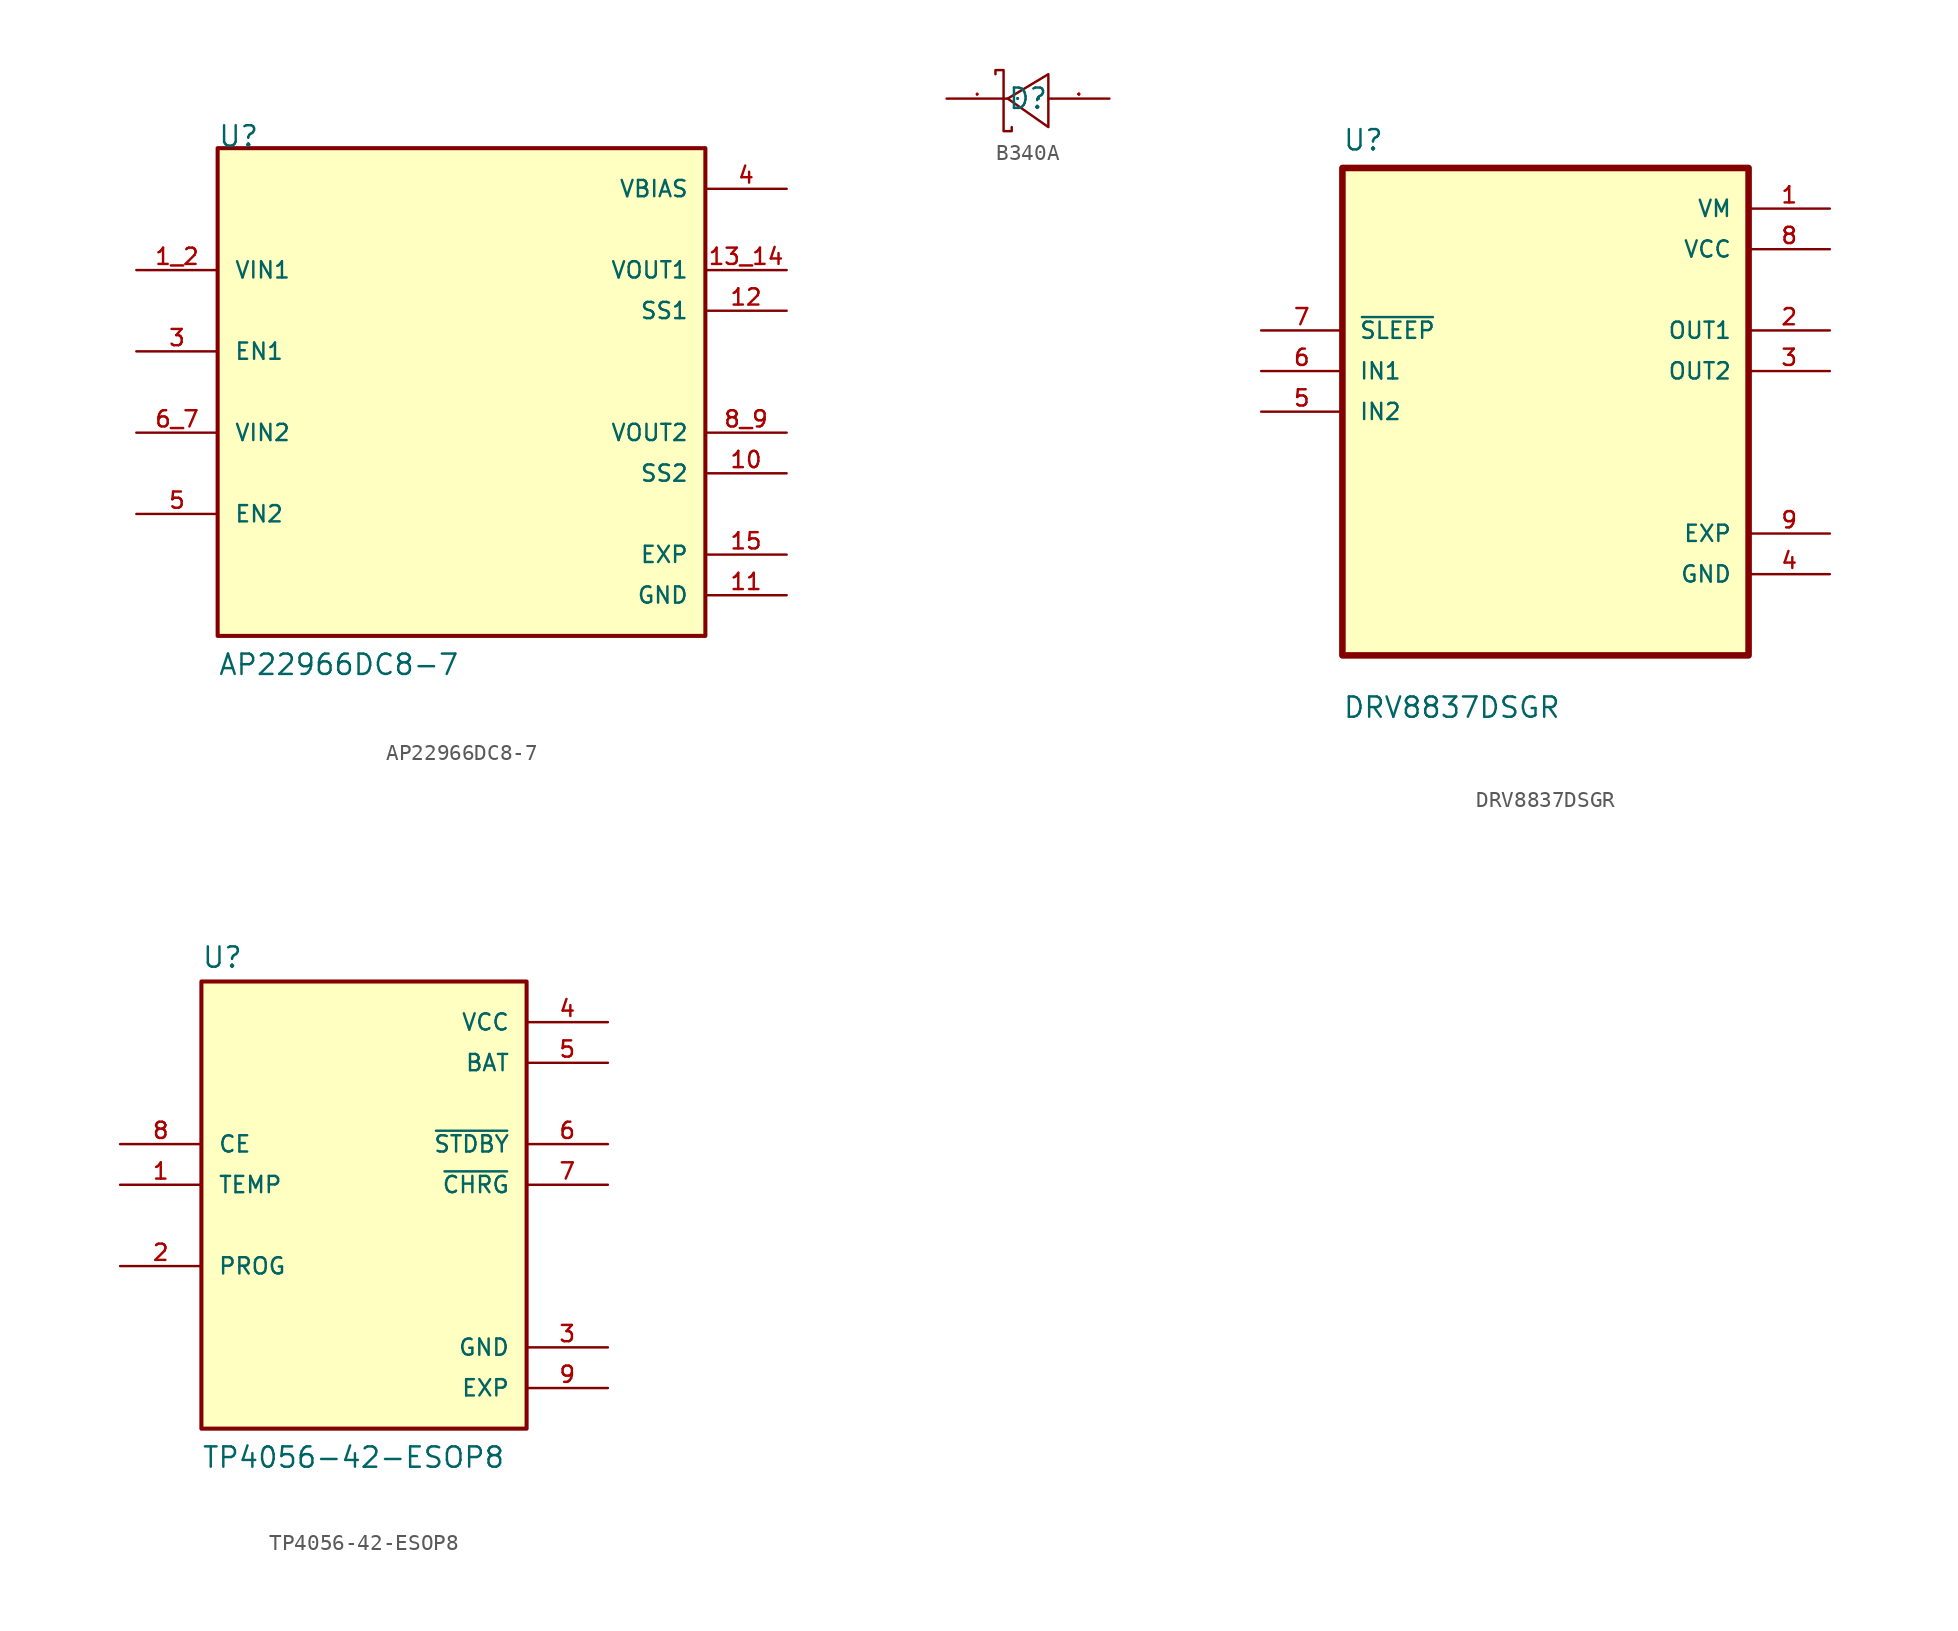
<source format=kicad_sym>
(kicad_symbol_lib
  (version 20241209)
  (generator "kicad_symbol_editor")
  (generator_version "9.0")
  (symbol "AP22966DC8-7"
    (pin_names
      (offset 1.016))
    (property "Reference" "U"
      (at -15.24 15.24 0)
      (effects (font (size 1.27 1.27)) (justify left bottom)))
    (property "Value" "AP22966DC8-7"
      (at -15.24 -17.78 0)
      (effects (font (size 1.27 1.27)) (justify left bottom)))
    (symbol "AP22966DC8-7_0_0"
      (rectangle (start -15.24 -15.24) (end 15.24 15.24) (stroke (width 0.254) (type default)) (fill (type background)))
      (pin input line (at -20.32 7.62 0) (length 5.08) (name "VIN1" (effects (font (size 1.016 1.016)))) (number "1_2" (effects (font (size 1.016 1.016)))))
      (pin input line (at -20.32 2.54 0) (length 5.08) (name "EN1" (effects (font (size 1.016 1.016)))) (number "3" (effects (font (size 1.016 1.016)))))
      (pin input line (at -20.32 -2.54 0) (length 5.08) (name "VIN2" (effects (font (size 1.016 1.016)))) (number "6_7" (effects (font (size 1.016 1.016)))))
      (pin input line (at -20.32 -7.62 0) (length 5.08) (name "EN2" (effects (font (size 1.016 1.016)))) (number "5" (effects (font (size 1.016 1.016)))))
      (pin power_in line (at 20.32 12.7 180) (length 5.08) (name "VBIAS" (effects (font (size 1.016 1.016)))) (number "4" (effects (font (size 1.016 1.016)))))
      (pin output line (at 20.32 7.62 180) (length 5.08) (name "VOUT1" (effects (font (size 1.016 1.016)))) (number "13_14" (effects (font (size 1.016 1.016)))))
      (pin passive line (at 20.32 5.08 180) (length 5.08) (name "SS1" (effects (font (size 1.016 1.016)))) (number "12" (effects (font (size 1.016 1.016)))))
      (pin output line (at 20.32 -2.54 180) (length 5.08) (name "VOUT2" (effects (font (size 1.016 1.016)))) (number "8_9" (effects (font (size 1.016 1.016)))))
      (pin passive line (at 20.32 -5.08 180) (length 5.08) (name "SS2" (effects (font (size 1.016 1.016)))) (number "10" (effects (font (size 1.016 1.016)))))
      (pin passive line (at 20.32 -10.16 180) (length 5.08) (name "EXP" (effects (font (size 1.016 1.016)))) (number "15" (effects (font (size 1.016 1.016)))))
      (pin power_in line (at 20.32 -12.7 180) (length 5.08) (name "GND" (effects (font (size 1.016 1.016)))) (number "11" (effects (font (size 1.016 1.016)))))))
  (symbol "B340A"
    (property "Reference" "D"
      (at 0 0 0)
      (effects (font (size 1.27 1.27))))
    (property "Value" ""
      (at 0 0 0)
      (effects (font (size 1.27 1.27))))
    (symbol "B340A_1_0"
      (polyline (pts (xy -2.032 1.524) (xy -2.032 1.778) (xy -2.032 1.778) (xy -1.524 1.778) (xy -1.524 1.778) (xy -1.524 -2.032) (xy -1.524 -2.032) (xy -1.016 -2.032) (xy -1.016 -2.032) (xy -1.016 -1.778)) (stroke (width 0) (type default)) (fill (type none)))
      (polyline (pts (xy 1.27 1.524) (xy -1.27 0) (xy -1.27 0) (xy 1.27 -1.778) (xy 1.27 -1.778) (xy 1.27 1.524)) (stroke (width 0) (type default)) (fill (type none)))
      (pin unspecified line (at -5.08 0 0) (length 3.81) (name "K" (effects (font (size 0.025 0.025)))) (number "1" (effects (font (size 0.025 0.025)))))
      (pin unspecified line (at 5.08 0 180) (length 3.81) (name "A" (effects (font (size 0.025 0.025)))) (number "2" (effects (font (size 0.025 0.025)))))))
  (symbol "DRV8837DSGR"
    (pin_names
      (offset 1.016))
    (property "Reference" "U"
      (at -12.7 16.24 0)
      (effects (font (size 1.27 1.27)) (justify left bottom)))
    (property "Value" "DRV8837DSGR"
      (at -12.7 -19.24 0)
      (effects (font (size 1.27 1.27)) (justify left bottom)))
    (symbol "DRV8837DSGR_0_0"
      (rectangle (start -12.7 -15.24) (end 12.7 15.24) (stroke (width 0.41) (type default)) (fill (type background)))
      (pin input line (at -17.78 5.08 0) (length 5.08) (name "~{SLEEP}" (effects (font (size 1.016 1.016)))) (number "7" (effects (font (size 1.016 1.016)))))
      (pin input line (at -17.78 2.54 0) (length 5.08) (name "IN1" (effects (font (size 1.016 1.016)))) (number "6" (effects (font (size 1.016 1.016)))))
      (pin input line (at -17.78 0 0) (length 5.08) (name "IN2" (effects (font (size 1.016 1.016)))) (number "5" (effects (font (size 1.016 1.016)))))
      (pin power_in line (at 17.78 12.7 180) (length 5.08) (name "VM" (effects (font (size 1.016 1.016)))) (number "1" (effects (font (size 1.016 1.016)))))
      (pin power_in line (at 17.78 10.16 180) (length 5.08) (name "VCC" (effects (font (size 1.016 1.016)))) (number "8" (effects (font (size 1.016 1.016)))))
      (pin output line (at 17.78 5.08 180) (length 5.08) (name "OUT1" (effects (font (size 1.016 1.016)))) (number "2" (effects (font (size 1.016 1.016)))))
      (pin output line (at 17.78 2.54 180) (length 5.08) (name "OUT2" (effects (font (size 1.016 1.016)))) (number "3" (effects (font (size 1.016 1.016)))))
      (pin power_in line (at 17.78 -7.62 180) (length 5.08) (name "EXP" (effects (font (size 1.016 1.016)))) (number "9" (effects (font (size 1.016 1.016)))))
      (pin power_in line (at 17.78 -10.16 180) (length 5.08) (name "GND" (effects (font (size 1.016 1.016)))) (number "4" (effects (font (size 1.016 1.016)))))))
  (symbol "TP4056-42-ESOP8"
    (pin_names
      (offset 1.016))
    (property "Reference" "U"
      (at -10.16 16.002 0)
      (effects (font (size 1.27 1.27)) (justify left bottom)))
    (property "Value" "TP4056-42-ESOP8"
      (at -10.16 -15.24 0)
      (effects (font (size 1.27 1.27)) (justify left bottom)))
    (symbol "TP4056-42-ESOP8_0_0"
      (rectangle (start -10.16 -12.7) (end 10.16 15.24) (stroke (width 0.254) (type default)) (fill (type background)))
      (pin input line (at -15.24 5.08 0) (length 5.08) (name "CE" (effects (font (size 1.016 1.016)))) (number "8" (effects (font (size 1.016 1.016)))))
      (pin input line (at -15.24 2.54 0) (length 5.08) (name "TEMP" (effects (font (size 1.016 1.016)))) (number "1" (effects (font (size 1.016 1.016)))))
      (pin passive line (at -15.24 -2.54 0) (length 5.08) (name "PROG" (effects (font (size 1.016 1.016)))) (number "2" (effects (font (size 1.016 1.016)))))
      (pin power_in line (at 15.24 12.7 180) (length 5.08) (name "VCC" (effects (font (size 1.016 1.016)))) (number "4" (effects (font (size 1.016 1.016)))))
      (pin power_in line (at 15.24 10.16 180) (length 5.08) (name "BAT" (effects (font (size 1.016 1.016)))) (number "5" (effects (font (size 1.016 1.016)))))
      (pin output line (at 15.24 5.08 180) (length 5.08) (name "~{STDBY}" (effects (font (size 1.016 1.016)))) (number "6" (effects (font (size 1.016 1.016)))))
      (pin output line (at 15.24 2.54 180) (length 5.08) (name "~{CHRG}" (effects (font (size 1.016 1.016)))) (number "7" (effects (font (size 1.016 1.016)))))
      (pin power_in line (at 15.24 -7.62 180) (length 5.08) (name "GND" (effects (font (size 1.016 1.016)))) (number "3" (effects (font (size 1.016 1.016)))))
      (pin passive line (at 15.24 -10.16 180) (length 5.08) (name "EXP" (effects (font (size 1.016 1.016)))) (number "9" (effects (font (size 1.016 1.016))))))))
</source>
